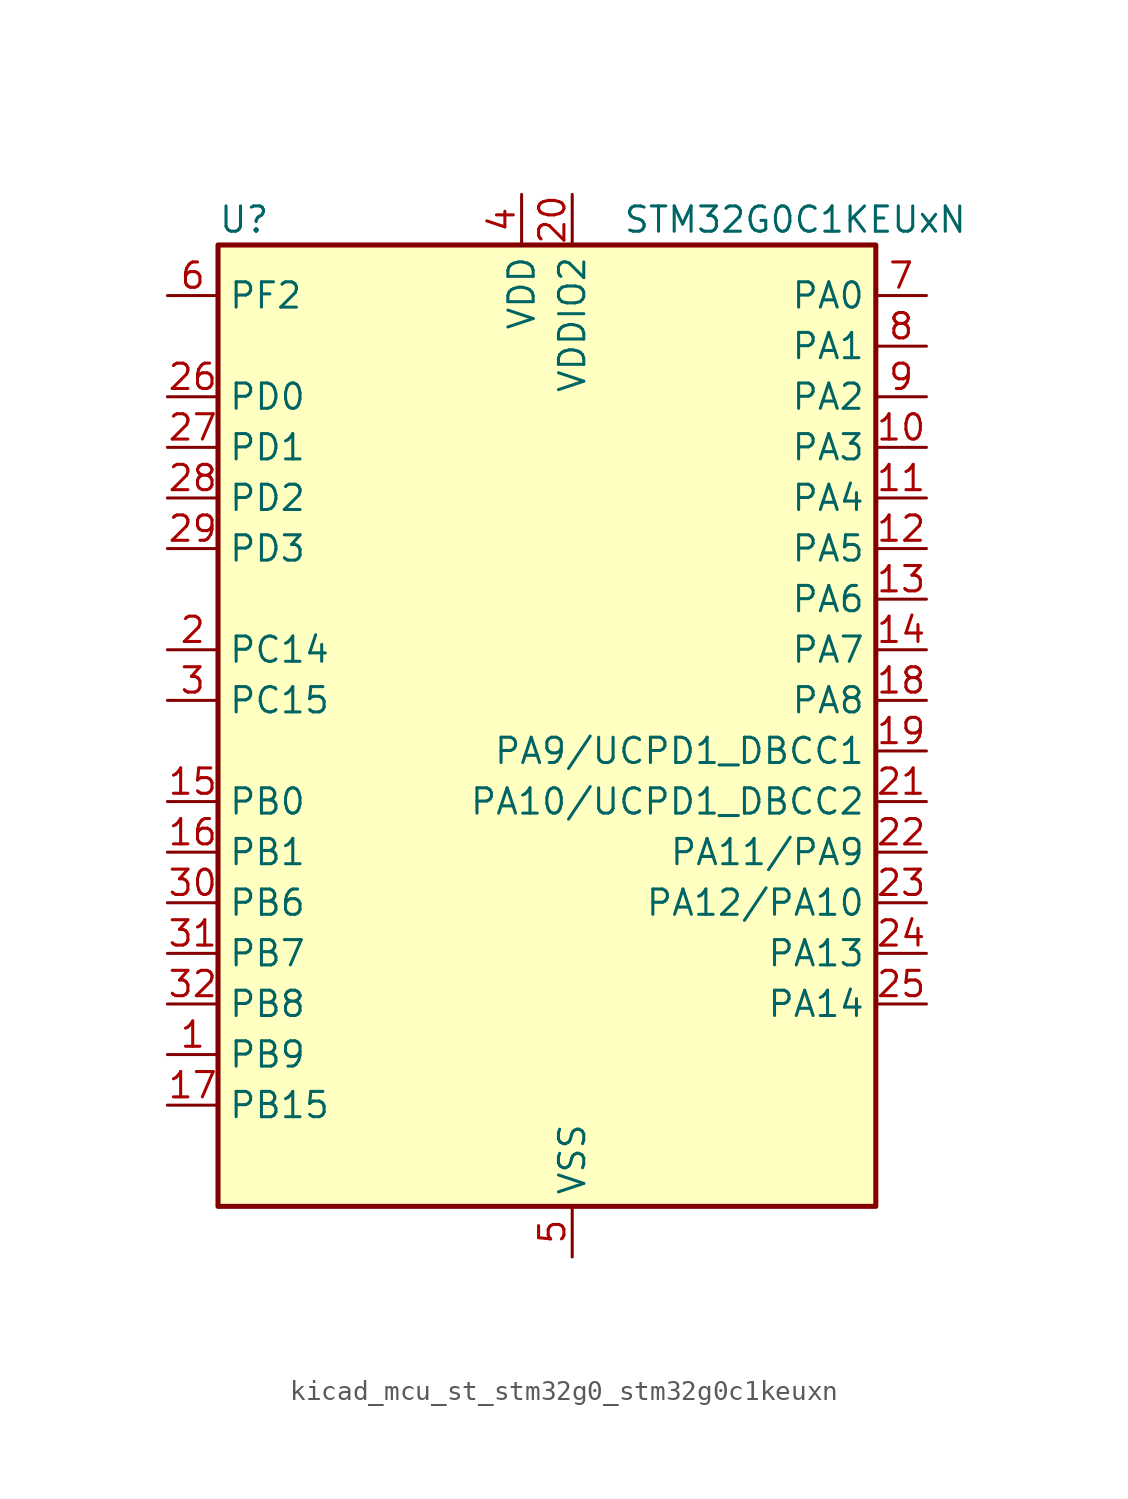
<source format=kicad_sym>
(kicad_symbol_lib
  (version 20220914)
  (generator kicad_symbol_editor)
  (symbol "kicad_mcu_st_stm32g0_stm32g0c1keuxn"
    (property "Reference" "U"
      (at -15.24 26.67 0)
      (effects (font (size 1.27 1.27)) (justify left)))
    (property "Value" "STM32G0C1KEUxN"
      (at 5.08 26.67 0)
      (effects (font (size 1.27 1.27)) (justify left)))
    (property "ki_locked" ""
      (at 0 0 0)
      (effects (font (size 1.27 1.27))))
    (symbol "kicad_mcu_st_stm32g0_stm32g0c1keuxn_0_1"
      (rectangle (start -15.24 -22.86) (end 17.78 25.4) (stroke (width 0.254) (type default)) (fill (type background))))
    (symbol "kicad_mcu_st_stm32g0_stm32g0c1keuxn_1_1"
      (pin bidirectional line (at -17.78 -15.24 0) (length 2.54) (name "PB9" (effects (font (size 1.27 1.27)))) (number "1" (effects (font (size 1.27 1.27)))) (alternate "DAC1_EXTI9" bidirectional line) (alternate "FDCAN1_TX" bidirectional line) (alternate "I2C1_SDA" bidirectional line) (alternate "I2S2_WS" bidirectional line) (alternate "IR_OUT" bidirectional line) (alternate "SPI2_NSS" bidirectional line) (alternate "TIM17_CH1" bidirectional line) (alternate "TIM4_CH4" bidirectional line) (alternate "UCPD2_FRSTX1" bidirectional line) (alternate "UCPD2_FRSTX2" bidirectional line) (alternate "USART3_RX" bidirectional line) (alternate "USART6_RX" bidirectional line))
      (pin bidirectional line (at 20.32 15.24 180) (length 2.54) (name "PA3" (effects (font (size 1.27 1.27)))) (number "10" (effects (font (size 1.27 1.27)))) (alternate "ADC1_IN3" bidirectional line) (alternate "COMP2_INP" bidirectional line) (alternate "I2S2_MCK" bidirectional line) (alternate "LPUART1_RX" bidirectional line) (alternate "SPI2_MISO" bidirectional line) (alternate "TIM15_CH2" bidirectional line) (alternate "TIM2_CH4" bidirectional line) (alternate "UCPD2_FRSTX1" bidirectional line) (alternate "UCPD2_FRSTX2" bidirectional line) (alternate "USART2_RX" bidirectional line))
      (pin bidirectional line (at 20.32 12.7 180) (length 2.54) (name "PA4" (effects (font (size 1.27 1.27)))) (number "11" (effects (font (size 1.27 1.27)))) (alternate "ADC1_IN4" bidirectional line) (alternate "DAC1_OUT1" bidirectional line) (alternate "I2S1_WS" bidirectional line) (alternate "I2S2_SD" bidirectional line) (alternate "LPTIM2_OUT" bidirectional line) (alternate "RTC_OUT1" bidirectional line) (alternate "RTC_TAMP_IN1" bidirectional line) (alternate "RTC_TS" bidirectional line) (alternate "SPI1_NSS" bidirectional line) (alternate "SPI2_MOSI" bidirectional line) (alternate "SYS_WKUP2" bidirectional line) (alternate "TIM14_CH1" bidirectional line) (alternate "UCPD2_FRSTX1" bidirectional line) (alternate "UCPD2_FRSTX2" bidirectional line) (alternate "USART6_TX" bidirectional line) (alternate "USB_NOE" bidirectional line))
      (pin bidirectional line (at 20.32 10.16 180) (length 2.54) (name "PA5" (effects (font (size 1.27 1.27)))) (number "12" (effects (font (size 1.27 1.27)))) (alternate "ADC1_IN5" bidirectional line) (alternate "CEC" bidirectional line) (alternate "DAC1_OUT2" bidirectional line) (alternate "I2S1_CK" bidirectional line) (alternate "LPTIM2_ETR" bidirectional line) (alternate "SPI1_SCK" bidirectional line) (alternate "TIM2_CH1" bidirectional line) (alternate "TIM2_ETR" bidirectional line) (alternate "UCPD1_FRSTX1" bidirectional line) (alternate "UCPD1_FRSTX2" bidirectional line) (alternate "USART3_TX" bidirectional line) (alternate "USART6_RX" bidirectional line))
      (pin bidirectional line (at 20.32 7.62 180) (length 2.54) (name "PA6" (effects (font (size 1.27 1.27)))) (number "13" (effects (font (size 1.27 1.27)))) (alternate "ADC1_IN6" bidirectional line) (alternate "COMP1_OUT" bidirectional line) (alternate "I2C2_SDA" bidirectional line) (alternate "I2C3_SDA" bidirectional line) (alternate "I2S1_MCK" bidirectional line) (alternate "LPUART1_CTS" bidirectional line) (alternate "SPI1_MISO" bidirectional line) (alternate "TIM16_CH1" bidirectional line) (alternate "TIM1_BK" bidirectional line) (alternate "TIM3_CH1" bidirectional line) (alternate "USART3_CTS" bidirectional line) (alternate "USART3_NSS" bidirectional line) (alternate "USART6_CTS" bidirectional line) (alternate "USART6_NSS" bidirectional line))
      (pin bidirectional line (at 20.32 5.08 180) (length 2.54) (name "PA7" (effects (font (size 1.27 1.27)))) (number "14" (effects (font (size 1.27 1.27)))) (alternate "ADC1_IN7" bidirectional line) (alternate "COMP2_OUT" bidirectional line) (alternate "I2C2_SCL" bidirectional line) (alternate "I2C3_SCL" bidirectional line) (alternate "I2S1_SD" bidirectional line) (alternate "SPI1_MOSI" bidirectional line) (alternate "TIM14_CH1" bidirectional line) (alternate "TIM17_CH1" bidirectional line) (alternate "TIM1_CH1N" bidirectional line) (alternate "TIM3_CH2" bidirectional line) (alternate "UCPD1_FRSTX1" bidirectional line) (alternate "UCPD1_FRSTX2" bidirectional line) (alternate "USART6_CK" bidirectional line) (alternate "USART6_DE" bidirectional line) (alternate "USART6_RTS" bidirectional line))
      (pin bidirectional line (at -17.78 -2.54 0) (length 2.54) (name "PB0" (effects (font (size 1.27 1.27)))) (number "15" (effects (font (size 1.27 1.27)))) (alternate "ADC1_IN8" bidirectional line) (alternate "COMP1_OUT" bidirectional line) (alternate "COMP3_INP" bidirectional line) (alternate "FDCAN2_RX" bidirectional line) (alternate "I2S1_WS" bidirectional line) (alternate "LPTIM1_OUT" bidirectional line) (alternate "LPUART2_CTS" bidirectional line) (alternate "SPI1_NSS" bidirectional line) (alternate "TIM1_CH2N" bidirectional line) (alternate "TIM3_CH3" bidirectional line) (alternate "UCPD1_FRSTX1" bidirectional line) (alternate "UCPD1_FRSTX2" bidirectional line) (alternate "USART3_RX" bidirectional line) (alternate "USART5_TX" bidirectional line))
      (pin bidirectional line (at -17.78 -5.08 0) (length 2.54) (name "PB1" (effects (font (size 1.27 1.27)))) (number "16" (effects (font (size 1.27 1.27)))) (alternate "ADC1_IN9" bidirectional line) (alternate "COMP1_INM" bidirectional line) (alternate "COMP3_OUT" bidirectional line) (alternate "FDCAN2_TX" bidirectional line) (alternate "LPTIM2_IN1" bidirectional line) (alternate "LPUART1_DE" bidirectional line) (alternate "LPUART1_RTS" bidirectional line) (alternate "LPUART2_DE" bidirectional line) (alternate "LPUART2_RTS" bidirectional line) (alternate "TIM14_CH1" bidirectional line) (alternate "TIM1_CH3N" bidirectional line) (alternate "TIM3_CH4" bidirectional line) (alternate "USART3_CK" bidirectional line) (alternate "USART3_DE" bidirectional line) (alternate "USART3_RTS" bidirectional line) (alternate "USART5_RX" bidirectional line))
      (pin bidirectional line (at -17.78 -17.78 0) (length 2.54) (name "PB15" (effects (font (size 1.27 1.27)))) (number "17" (effects (font (size 1.27 1.27)))) (alternate "I2S2_SD" bidirectional line) (alternate "RTC_REFIN" bidirectional line) (alternate "SPI2_MOSI" bidirectional line) (alternate "TIM15_CH1N" bidirectional line) (alternate "TIM15_CH2" bidirectional line) (alternate "TIM1_CH3N" bidirectional line) (alternate "UCPD1_CC2" bidirectional line) (alternate "USART6_CTS" bidirectional line) (alternate "USART6_NSS" bidirectional line))
      (pin bidirectional line (at 20.32 2.54 180) (length 2.54) (name "PA8" (effects (font (size 1.27 1.27)))) (number "18" (effects (font (size 1.27 1.27)))) (alternate "CRS1_SYNC" bidirectional line) (alternate "I2C2_SMBA" bidirectional line) (alternate "I2S2_WS" bidirectional line) (alternate "LPTIM2_OUT" bidirectional line) (alternate "RCC_MCO" bidirectional line) (alternate "SPI2_NSS" bidirectional line) (alternate "TIM1_CH1" bidirectional line) (alternate "UCPD1_CC1" bidirectional line))
      (pin bidirectional line (at 20.32 0 180) (length 2.54) (name "PA9/UCPD1_DBCC1" (effects (font (size 1.27 1.27)))) (number "19" (effects (font (size 1.27 1.27)))) (alternate "DAC1_EXTI9" bidirectional line) (alternate "I2C1_SCL" bidirectional line) (alternate "I2C2_SCL" bidirectional line) (alternate "I2S2_MCK" bidirectional line) (alternate "RCC_MCO" bidirectional line) (alternate "SPI2_MISO" bidirectional line) (alternate "TIM15_BK" bidirectional line) (alternate "TIM1_CH2" bidirectional line) (alternate "UCPD1_DBCC1" bidirectional line) (alternate "USART1_TX" bidirectional line))
      (pin bidirectional line (at -17.78 5.08 0) (length 2.54) (name "PC14" (effects (font (size 1.27 1.27)))) (number "2" (effects (font (size 1.27 1.27)))) (alternate "RCC_OSC32_IN" bidirectional line) (alternate "RCC_OSC_IN" bidirectional line) (alternate "TIM1_BK2" bidirectional line))
      (pin power_in line (at 2.54 27.94 270) (length 2.54) (name "VDDIO2" (effects (font (size 1.27 1.27)))) (number "20" (effects (font (size 1.27 1.27)))))
      (pin bidirectional line (at 20.32 -2.54 180) (length 2.54) (name "PA10/UCPD1_DBCC2" (effects (font (size 1.27 1.27)))) (number "21" (effects (font (size 1.27 1.27)))) (alternate "I2C1_SDA" bidirectional line) (alternate "I2C2_SDA" bidirectional line) (alternate "I2S2_SD" bidirectional line) (alternate "RCC_MCO_2" bidirectional line) (alternate "SPI2_MOSI" bidirectional line) (alternate "TIM17_BK" bidirectional line) (alternate "TIM1_CH3" bidirectional line) (alternate "UCPD1_DBCC2" bidirectional line) (alternate "USART1_RX" bidirectional line))
      (pin bidirectional line (at 20.32 -5.08 180) (length 2.54) (name "PA11/PA9" (effects (font (size 1.27 1.27)))) (number "22" (effects (font (size 1.27 1.27)))) (alternate "ADC1_EXTI11" bidirectional line) (alternate "COMP1_OUT" bidirectional line) (alternate "FDCAN1_RX" bidirectional line) (alternate "I2C2_SCL" bidirectional line) (alternate "I2S1_MCK" bidirectional line) (alternate "SPI1_MISO" bidirectional line) (alternate "TIM1_BK2" bidirectional line) (alternate "TIM1_CH4" bidirectional line) (alternate "USART1_CTS" bidirectional line) (alternate "USART1_NSS" bidirectional line) (alternate "USB_DM" bidirectional line))
      (pin bidirectional line (at 20.32 -7.62 180) (length 2.54) (name "PA12/PA10" (effects (font (size 1.27 1.27)))) (number "23" (effects (font (size 1.27 1.27)))) (alternate "COMP2_OUT" bidirectional line) (alternate "FDCAN1_TX" bidirectional line) (alternate "I2C2_SDA" bidirectional line) (alternate "I2S1_SD" bidirectional line) (alternate "I2S_CKIN" bidirectional line) (alternate "SPI1_MOSI" bidirectional line) (alternate "TIM1_ETR" bidirectional line) (alternate "USART1_CK" bidirectional line) (alternate "USART1_DE" bidirectional line) (alternate "USART1_RTS" bidirectional line) (alternate "USB_DP" bidirectional line))
      (pin bidirectional line (at 20.32 -10.16 180) (length 2.54) (name "PA13" (effects (font (size 1.27 1.27)))) (number "24" (effects (font (size 1.27 1.27)))) (alternate "IR_OUT" bidirectional line) (alternate "LPUART2_RX" bidirectional line) (alternate "SYS_SWDIO" bidirectional line) (alternate "USB_NOE" bidirectional line))
      (pin bidirectional line (at 20.32 -12.7 180) (length 2.54) (name "PA14" (effects (font (size 1.27 1.27)))) (number "25" (effects (font (size 1.27 1.27)))) (alternate "LPUART2_TX" bidirectional line) (alternate "SYS_SWCLK" bidirectional line) (alternate "USART2_TX" bidirectional line))
      (pin bidirectional line (at -17.78 17.78 0) (length 2.54) (name "PD0" (effects (font (size 1.27 1.27)))) (number "26" (effects (font (size 1.27 1.27)))) (alternate "FDCAN1_RX" bidirectional line) (alternate "I2S2_WS" bidirectional line) (alternate "SPI2_NSS" bidirectional line) (alternate "TIM16_CH1" bidirectional line) (alternate "UCPD2_CC1" bidirectional line))
      (pin bidirectional line (at -17.78 15.24 0) (length 2.54) (name "PD1" (effects (font (size 1.27 1.27)))) (number "27" (effects (font (size 1.27 1.27)))) (alternate "FDCAN1_TX" bidirectional line) (alternate "I2S2_CK" bidirectional line) (alternate "SPI2_SCK" bidirectional line) (alternate "TIM17_CH1" bidirectional line) (alternate "UCPD2_DBCC1" bidirectional line))
      (pin bidirectional line (at -17.78 12.7 0) (length 2.54) (name "PD2" (effects (font (size 1.27 1.27)))) (number "28" (effects (font (size 1.27 1.27)))) (alternate "TIM1_CH1N" bidirectional line) (alternate "TIM3_ETR" bidirectional line) (alternate "UCPD2_CC2" bidirectional line) (alternate "USART3_CK" bidirectional line) (alternate "USART3_DE" bidirectional line) (alternate "USART3_RTS" bidirectional line) (alternate "USART5_RX" bidirectional line))
      (pin bidirectional line (at -17.78 10.16 0) (length 2.54) (name "PD3" (effects (font (size 1.27 1.27)))) (number "29" (effects (font (size 1.27 1.27)))) (alternate "I2S2_MCK" bidirectional line) (alternate "SPI2_MISO" bidirectional line) (alternate "TIM1_CH2N" bidirectional line) (alternate "UCPD2_DBCC2" bidirectional line) (alternate "USART2_CTS" bidirectional line) (alternate "USART2_NSS" bidirectional line) (alternate "USART5_TX" bidirectional line))
      (pin bidirectional line (at -17.78 2.54 0) (length 2.54) (name "PC15" (effects (font (size 1.27 1.27)))) (number "3" (effects (font (size 1.27 1.27)))) (alternate "RCC_OSC32_EN" bidirectional line) (alternate "RCC_OSC32_OUT" bidirectional line) (alternate "RCC_OSC_EN" bidirectional line) (alternate "TIM15_BK" bidirectional line))
      (pin bidirectional line (at -17.78 -7.62 0) (length 2.54) (name "PB6" (effects (font (size 1.27 1.27)))) (number "30" (effects (font (size 1.27 1.27)))) (alternate "COMP2_INP" bidirectional line) (alternate "FDCAN2_TX" bidirectional line) (alternate "I2C1_SCL" bidirectional line) (alternate "I2S2_MCK" bidirectional line) (alternate "LPTIM1_ETR" bidirectional line) (alternate "LPUART2_TX" bidirectional line) (alternate "SPI2_MISO" bidirectional line) (alternate "TIM16_CH1N" bidirectional line) (alternate "TIM1_CH3" bidirectional line) (alternate "TIM4_CH1" bidirectional line) (alternate "USART1_TX" bidirectional line) (alternate "USART5_CTS" bidirectional line) (alternate "USART5_NSS" bidirectional line))
      (pin bidirectional line (at -17.78 -10.16 0) (length 2.54) (name "PB7" (effects (font (size 1.27 1.27)))) (number "31" (effects (font (size 1.27 1.27)))) (alternate "COMP2_INM" bidirectional line) (alternate "I2C1_SDA" bidirectional line) (alternate "I2S2_SD" bidirectional line) (alternate "LPTIM1_IN2" bidirectional line) (alternate "LPUART2_RX" bidirectional line) (alternate "SPI2_MOSI" bidirectional line) (alternate "SYS_PVD_IN" bidirectional line) (alternate "TIM17_CH1N" bidirectional line) (alternate "TIM4_CH2" bidirectional line) (alternate "USART1_RX" bidirectional line) (alternate "USART4_CTS" bidirectional line) (alternate "USART4_NSS" bidirectional line))
      (pin bidirectional line (at -17.78 -12.7 0) (length 2.54) (name "PB8" (effects (font (size 1.27 1.27)))) (number "32" (effects (font (size 1.27 1.27)))) (alternate "CEC" bidirectional line) (alternate "FDCAN1_RX" bidirectional line) (alternate "I2C1_SCL" bidirectional line) (alternate "I2S2_CK" bidirectional line) (alternate "SPI2_SCK" bidirectional line) (alternate "TIM15_BK" bidirectional line) (alternate "TIM16_CH1" bidirectional line) (alternate "TIM4_CH3" bidirectional line) (alternate "USART3_TX" bidirectional line) (alternate "USART6_TX" bidirectional line))
      (pin passive line (at 2.54 -25.4 90) (length 2.54) hide (name "VSS" (effects (font (size 1.27 1.27)))) (number "33" (effects (font (size 1.27 1.27)))))
      (pin power_in line (at 0 27.94 270) (length 2.54) (name "VDD" (effects (font (size 1.27 1.27)))) (number "4" (effects (font (size 1.27 1.27)))))
      (pin power_in line (at 2.54 -25.4 90) (length 2.54) (name "VSS" (effects (font (size 1.27 1.27)))) (number "5" (effects (font (size 1.27 1.27)))))
      (pin bidirectional line (at -17.78 22.86 0) (length 2.54) (name "PF2" (effects (font (size 1.27 1.27)))) (number "6" (effects (font (size 1.27 1.27)))) (alternate "LPUART2_DE" bidirectional line) (alternate "LPUART2_RTS" bidirectional line) (alternate "LPUART2_TX" bidirectional line) (alternate "RCC_MCO" bidirectional line))
      (pin bidirectional line (at 20.32 22.86 180) (length 2.54) (name "PA0" (effects (font (size 1.27 1.27)))) (number "7" (effects (font (size 1.27 1.27)))) (alternate "ADC1_IN0" bidirectional line) (alternate "COMP1_INM" bidirectional line) (alternate "COMP1_OUT" bidirectional line) (alternate "I2S2_CK" bidirectional line) (alternate "LPTIM1_OUT" bidirectional line) (alternate "RTC_TAMP_IN2" bidirectional line) (alternate "SPI2_SCK" bidirectional line) (alternate "SYS_WKUP1" bidirectional line) (alternate "TIM2_CH1" bidirectional line) (alternate "TIM2_ETR" bidirectional line) (alternate "UCPD2_FRSTX1" bidirectional line) (alternate "UCPD2_FRSTX2" bidirectional line) (alternate "USART2_CTS" bidirectional line) (alternate "USART2_NSS" bidirectional line) (alternate "USART4_TX" bidirectional line))
      (pin bidirectional line (at 20.32 20.32 180) (length 2.54) (name "PA1" (effects (font (size 1.27 1.27)))) (number "8" (effects (font (size 1.27 1.27)))) (alternate "ADC1_IN1" bidirectional line) (alternate "COMP1_INP" bidirectional line) (alternate "I2C1_SMBA" bidirectional line) (alternate "I2S1_CK" bidirectional line) (alternate "SPI1_SCK" bidirectional line) (alternate "TIM15_CH1N" bidirectional line) (alternate "TIM2_CH2" bidirectional line) (alternate "USART2_CK" bidirectional line) (alternate "USART2_DE" bidirectional line) (alternate "USART2_RTS" bidirectional line) (alternate "USART4_RX" bidirectional line))
      (pin bidirectional line (at 20.32 17.78 180) (length 2.54) (name "PA2" (effects (font (size 1.27 1.27)))) (number "9" (effects (font (size 1.27 1.27)))) (alternate "ADC1_IN2" bidirectional line) (alternate "COMP2_INM" bidirectional line) (alternate "COMP2_OUT" bidirectional line) (alternate "I2S1_SD" bidirectional line) (alternate "LPUART1_TX" bidirectional line) (alternate "RCC_LSCO" bidirectional line) (alternate "SPI1_MOSI" bidirectional line) (alternate "SYS_WKUP4" bidirectional line) (alternate "TIM15_CH1" bidirectional line) (alternate "TIM2_CH3" bidirectional line) (alternate "UCPD1_FRSTX1" bidirectional line) (alternate "UCPD1_FRSTX2" bidirectional line) (alternate "USART2_TX" bidirectional line)))))
</source>
